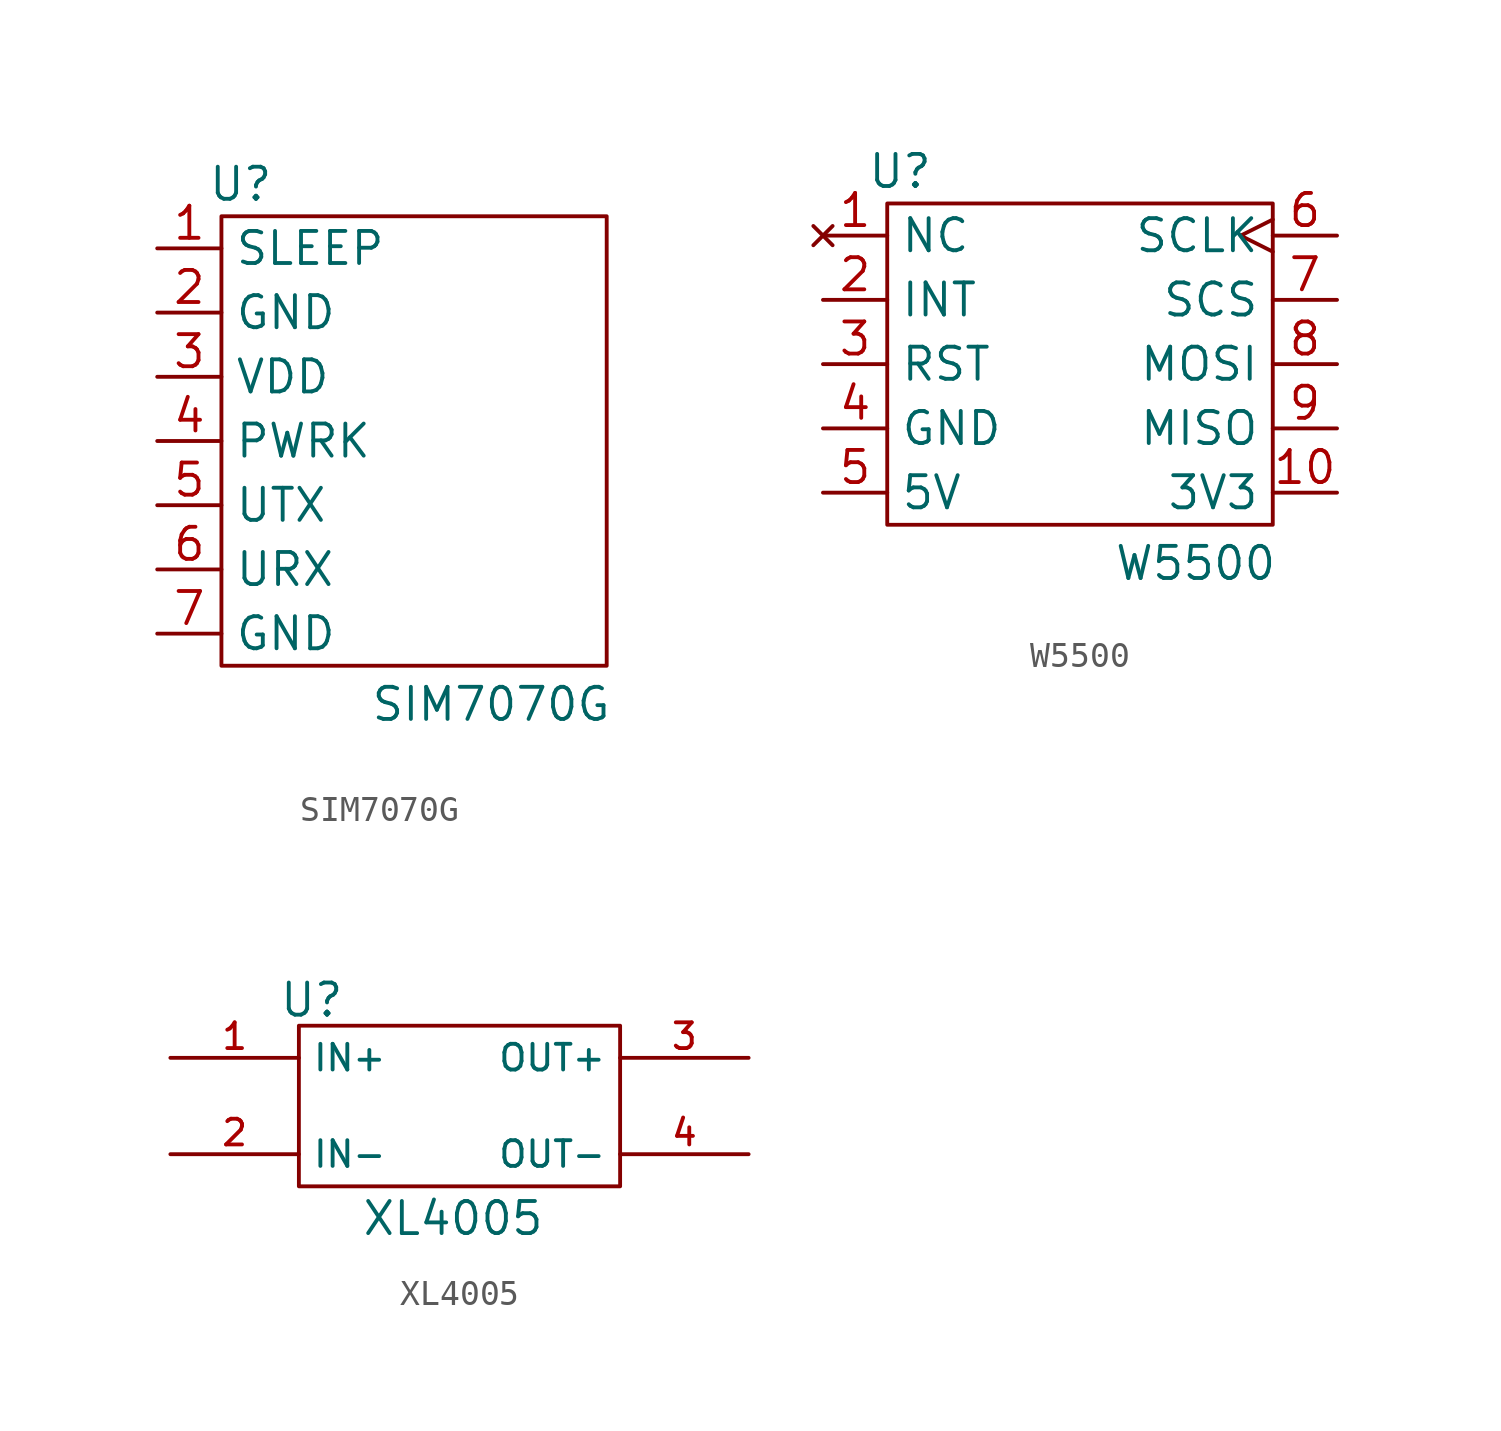
<source format=kicad_sym>
(kicad_symbol_lib
  (version 20231120)
  (generator "kicad_symbol_editor")
  (generator_version "8.0")
  (symbol "SIM7070G"
    (property "Reference" "U"
      (at -6.858 10.16 0)
      (effects (font (size 1.27 1.27))))
    (property "Value" "SIM7070G"
      (at 3.048 -10.414 0)
      (effects (font (size 1.27 1.27))))
    (symbol "SIM7070G_0_1"
      (rectangle (start -7.62 8.89) (end 7.62 -8.89) (stroke (width 0) (type default)) (fill (type none))))
    (symbol "SIM7070G_1_1"
      (pin input line (at -10.16 7.62 0) (length 2.54) (name "SLEEP" (effects (font (size 1.27 1.27)))) (number "1" (effects (font (size 1.27 1.27)))))
      (pin power_in line (at -10.16 5.08 0) (length 2.54) (name "GND" (effects (font (size 1.27 1.27)))) (number "2" (effects (font (size 1.27 1.27)))))
      (pin power_in line (at -10.16 2.54 0) (length 2.54) (name "VDD" (effects (font (size 1.27 1.27)))) (number "3" (effects (font (size 1.27 1.27)))))
      (pin power_in line (at -10.16 0 0) (length 2.54) (name "PWRK" (effects (font (size 1.27 1.27)))) (number "4" (effects (font (size 1.27 1.27)))))
      (pin output line (at -10.16 -2.54 0) (length 2.54) (name "UTX" (effects (font (size 1.27 1.27)))) (number "5" (effects (font (size 1.27 1.27)))))
      (pin input line (at -10.16 -5.08 0) (length 2.54) (name "URX" (effects (font (size 1.27 1.27)))) (number "6" (effects (font (size 1.27 1.27)))))
      (pin power_in line (at -10.16 -7.62 0) (length 2.54) (name "GND" (effects (font (size 1.27 1.27)))) (number "7" (effects (font (size 1.27 1.27)))))))
  (symbol "W5500"
    (property "Reference" "U"
      (at -7.112 7.62 0)
      (effects (font (size 1.27 1.27))))
    (property "Value" "W5500"
      (at 4.572 -7.874 0)
      (effects (font (size 1.27 1.27))))
    (symbol "W5500_0_1"
      (rectangle (start -7.62 6.35) (end 7.62 -6.35) (stroke (width 0) (type default)) (fill (type none))))
    (symbol "W5500_1_1"
      (pin no_connect line (at -10.16 5.08 0) (length 2.54) (name "NC" (effects (font (size 1.27 1.27)))) (number "1" (effects (font (size 1.27 1.27)))))
      (pin power_in line (at 10.16 -5.08 180) (length 2.54) (name "3V3" (effects (font (size 1.27 1.27)))) (number "10" (effects (font (size 1.27 1.27)))))
      (pin output line (at -10.16 2.54 0) (length 2.54) (name "INT" (effects (font (size 1.27 1.27)))) (number "2" (effects (font (size 1.27 1.27)))))
      (pin input line (at -10.16 0 0) (length 2.54) (name "RST" (effects (font (size 1.27 1.27)))) (number "3" (effects (font (size 1.27 1.27)))))
      (pin power_in line (at -10.16 -2.54 0) (length 2.54) (name "GND" (effects (font (size 1.27 1.27)))) (number "4" (effects (font (size 1.27 1.27)))))
      (pin power_in line (at -10.16 -5.08 0) (length 2.54) (name "5V" (effects (font (size 1.27 1.27)))) (number "5" (effects (font (size 1.27 1.27)))))
      (pin input clock (at 10.16 5.08 180) (length 2.54) (name "SCLK" (effects (font (size 1.27 1.27)))) (number "6" (effects (font (size 1.27 1.27)))))
      (pin input line (at 10.16 2.54 180) (length 2.54) (name "SCS" (effects (font (size 1.27 1.27)))) (number "7" (effects (font (size 1.27 1.27)))))
      (pin input line (at 10.16 0 180) (length 2.54) (name "MOSI" (effects (font (size 1.27 1.27)))) (number "8" (effects (font (size 1.27 1.27)))))
      (pin output line (at 10.16 -2.54 180) (length 2.54) (name "MISO" (effects (font (size 1.27 1.27)))) (number "9" (effects (font (size 1.27 1.27)))))))
  (symbol "XL4005"
    (property "Reference" "U"
      (at -5.842 4.826 0)
      (effects (font (size 1.27 1.27))))
    (property "Value" "XL4005"
      (at -0.254 -3.81 0)
      (effects (font (size 1.27 1.27))))
    (symbol "XL4005_0_1"
      (rectangle (start -6.35 3.81) (end 6.35 -2.54) (stroke (width 0) (type default)) (fill (type none))))
    (symbol "XL4005_1_0"
      (pin power_in line (at -11.43 2.54 0) (length 5.08) (name "IN+" (effects (font (size 1.016 1.016)))) (number "1" (effects (font (size 1.016 1.016)))))
      (pin power_in line (at -11.43 -1.27 0) (length 5.08) (name "IN-" (effects (font (size 1.016 1.016)))) (number "2" (effects (font (size 1.016 1.016)))))
      (pin power_out line (at 11.43 2.54 180) (length 5.08) (name "OUT+" (effects (font (size 1.016 1.016)))) (number "3" (effects (font (size 1.016 1.016)))))
      (pin power_out line (at 11.43 -1.27 180) (length 5.08) (name "OUT-" (effects (font (size 1.016 1.016)))) (number "4" (effects (font (size 1.016 1.016))))))))
</source>
